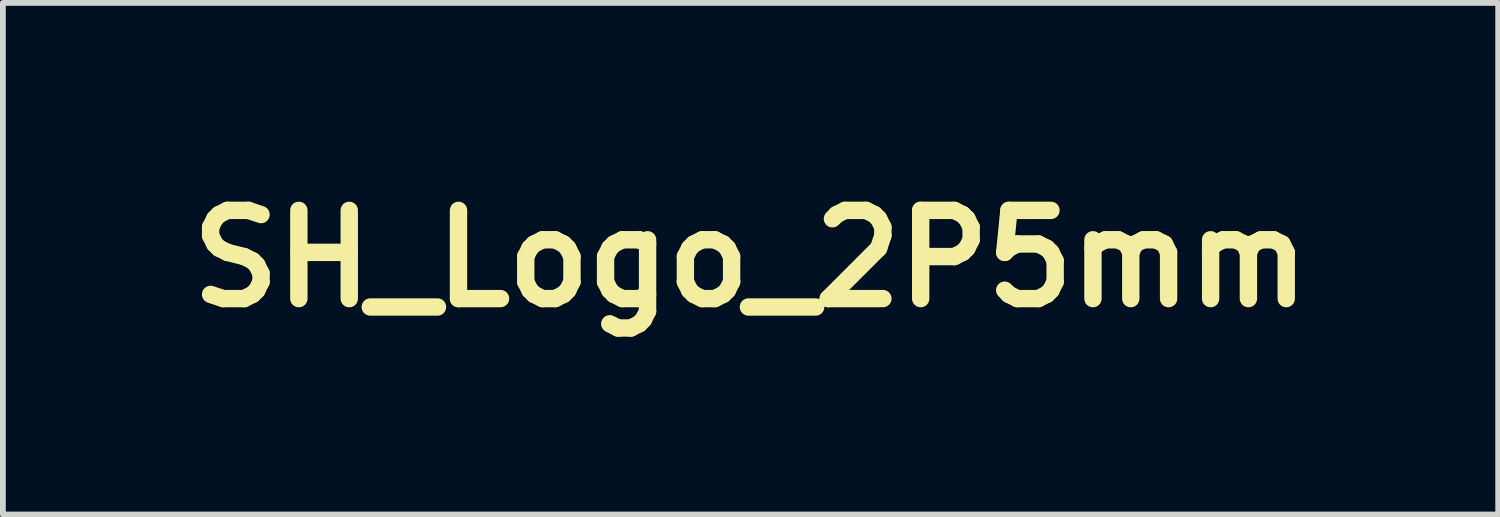
<source format=kicad_pcb>
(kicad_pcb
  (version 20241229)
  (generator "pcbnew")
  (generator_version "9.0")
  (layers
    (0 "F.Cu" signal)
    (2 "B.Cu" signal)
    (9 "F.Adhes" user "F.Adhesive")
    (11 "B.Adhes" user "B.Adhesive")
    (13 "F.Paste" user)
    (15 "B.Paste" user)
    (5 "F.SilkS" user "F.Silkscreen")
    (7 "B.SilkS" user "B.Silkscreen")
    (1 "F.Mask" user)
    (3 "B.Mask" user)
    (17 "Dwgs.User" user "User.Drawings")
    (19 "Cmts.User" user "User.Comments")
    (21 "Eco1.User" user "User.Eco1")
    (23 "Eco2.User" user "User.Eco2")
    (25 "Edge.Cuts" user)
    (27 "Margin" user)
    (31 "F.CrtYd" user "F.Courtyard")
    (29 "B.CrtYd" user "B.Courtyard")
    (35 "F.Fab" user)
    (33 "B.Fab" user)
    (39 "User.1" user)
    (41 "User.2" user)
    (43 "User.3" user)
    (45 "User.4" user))
  (footprint "SH_Logo_2P5mm"
    (layer "F.Cu")
    (at 9.913 1.418)
    (property "Reference" "SH_Logo_2P5mm" (at 0 0 0) (layer "F.SilkS") (effects (font (size 1.524 1.524) (thickness 0.3))))
    (attr through_hole)
    (fp_poly (pts (xy -0.281 -0.687) (xy -0.276 -0.687) (xy -0.246 -0.685) (xy -0.215 -0.668) (xy -0.196 -0.658) (xy -0.181 -0.649) (xy -0.169 -0.641) (xy -0.16 -0.633) (xy -0.152 -0.625) (xy -0.15 -0.622) (xy -0.144 -0.614) (xy -0.14 -0.607) (xy -0.138 -0.601) (xy -0.138 -0.599) (xy -0.139 -0.599) (xy -0.144 -0.6) (xy -0.153 -0.602) (xy -0.164 -0.605) (xy -0.177 -0.608) (xy -0.19 -0.61) (xy -0.202 -0.613) (xy -0.213 -0.614) (xy -0.219 -0.615) (xy -0.271 -0.621) (xy -0.326 -0.623) (xy -0.384 -0.623) (xy -0.445 -0.618) (xy -0.508 -0.611) (xy -0.575 -0.6) (xy -0.644 -0.586) (xy -0.715 -0.568) (xy -0.789 -0.548) (xy -0.816 -0.539) (xy -0.835 -0.534) (xy -0.856 -0.527) (xy -0.876 -0.52) (xy -0.898 -0.513) (xy -0.919 -0.505) (xy -0.939 -0.498) (xy -0.959 -0.491) (xy -0.977 -0.485) (xy -0.993 -0.478) (xy -1.007 -0.473) (xy -1.018 -0.469) (xy -1.026 -0.465) (xy -1.03 -0.463) (xy -1.031 -0.462) (xy -1.028 -0.461) (xy -1.021 -0.458) (xy -1.01 -0.454) (xy -0.996 -0.45) (xy -0.979 -0.444) (xy -0.96 -0.437) (xy -0.937 -0.43) (xy -0.913 -0.422) (xy -0.887 -0.414) (xy -0.859 -0.405) (xy -0.831 -0.396) (xy -0.802 -0.386) (xy -0.796 -0.384) (xy -0.741 -0.367) (xy -0.691 -0.351) (xy -0.645 -0.335) (xy -0.602 -0.321) (xy -0.562 -0.307) (xy -0.525 -0.294) (xy -0.49 -0.281) (xy -0.458 -0.269) (xy -0.427 -0.257) (xy -0.398 -0.245) (xy -0.37 -0.232) (xy -0.343 -0.22) (xy -0.316 -0.208) (xy -0.289 -0.195) (xy -0.286 -0.193) (xy -0.225 -0.161) (xy -0.169 -0.127) (xy -0.116 -0.092) (xy -0.068 -0.056) (xy -0.044 -0.036) (xy -0.03 -0.023) (xy -0.015 -0.009) (xy 0.001 0.006) (xy 0.016 0.022) (xy 0.03 0.036) (xy 0.041 0.049) (xy 0.045 0.053) (xy 0.059 0.07) (xy 0.077 0.069) (xy 0.087 0.067) (xy 0.099 0.065) (xy 0.113 0.063) (xy 0.126 0.059) (xy 0.127 0.059) (xy 0.14 0.056) (xy 0.154 0.053) (xy 0.168 0.05) (xy 0.181 0.048) (xy 0.192 0.047) (xy 0.2 0.047) (xy 0.205 0.047) (xy 0.205 0.047) (xy 0.207 0.048) (xy 0.209 0.046) (xy 0.209 0.041) (xy 0.209 0.034) (xy 0.209 0.022) (xy 0.208 0.011) (xy 0.206 -0.009) (xy 0.204 -0.028) (xy 0.202 -0.047) (xy 0.199 -0.066) (xy 0.196 -0.086) (xy 0.192 -0.108) (xy 0.188 -0.132) (xy 0.182 -0.159) (xy 0.175 -0.188) (xy 0.169 -0.215) (xy 0.164 -0.238) (xy 0.16 -0.26) (xy 0.155 -0.28) (xy 0.151 -0.299) (xy 0.148 -0.316) (xy 0.146 -0.329) (xy 0.144 -0.339) (xy 0.143 -0.345) (xy 0.143 -0.346) (xy 0.145 -0.35) (xy 0.151 -0.353) (xy 0.161 -0.357) (xy 0.172 -0.359) (xy 0.185 -0.361) (xy 0.194 -0.362) (xy 0.211 -0.362) (xy 0.225 -0.36) (xy 0.237 -0.355) (xy 0.249 -0.347) (xy 0.258 -0.338) (xy 0.267 -0.328) (xy 0.275 -0.317) (xy 0.282 -0.304) (xy 0.289 -0.29) (xy 0.295 -0.273) (xy 0.3 -0.254) (xy 0.305 -0.232) (xy 0.31 -0.206) (xy 0.314 -0.178) (xy 0.318 -0.146) (xy 0.322 -0.109) (xy 0.324 -0.079) (xy 0.326 -0.06) (xy 0.328 -0.042) (xy 0.329 -0.025) (xy 0.331 -0.01) (xy 0.332 0.002) (xy 0.333 0.01) (xy 0.336 0.033) (xy 0.374 0.032) (xy 0.412 0.029) (xy 0.449 0.024) (xy 0.472 0.021) (xy 0.495 0.019) (xy 0.519 0.017) (xy 0.528 0.017) (xy 0.569 0.016) (xy 0.569 -0.004) (xy 0.569 -0.011) (xy 0.568 -0.019) (xy 0.567 -0.026) (xy 0.565 -0.035) (xy 0.563 -0.045) (xy 0.56 -0.057) (xy 0.556 -0.072) (xy 0.55 -0.09) (xy 0.544 -0.112) (xy 0.542 -0.119) (xy 0.534 -0.142) (xy 0.529 -0.161) (xy 0.524 -0.177) (xy 0.52 -0.191) (xy 0.517 -0.202) (xy 0.514 -0.212) (xy 0.512 -0.221) (xy 0.51 -0.23) (xy 0.508 -0.239) (xy 0.508 -0.239) (xy 0.505 -0.255) (xy 0.503 -0.271) (xy 0.503 -0.287) (xy 0.503 -0.302) (xy 0.504 -0.314) (xy 0.505 -0.322) (xy 0.512 -0.334) (xy 0.521 -0.344) (xy 0.533 -0.35) (xy 0.545 -0.352) (xy 0.559 -0.351) (xy 0.572 -0.345) (xy 0.579 -0.34) (xy 0.591 -0.33) (xy 0.602 -0.316) (xy 0.612 -0.299) (xy 0.623 -0.279) (xy 0.632 -0.255) (xy 0.642 -0.228) (xy 0.652 -0.196) (xy 0.661 -0.161) (xy 0.671 -0.121) (xy 0.68 -0.077) (xy 0.682 -0.068) (xy 0.685 -0.052) (xy 0.688 -0.039) (xy 0.691 -0.027) (xy 0.693 -0.017) (xy 0.694 -0.012) (xy 0.694 -0.01) (xy 0.695 -0.008) (xy 0.697 -0.006) (xy 0.7 -0.005) (xy 0.706 -0.005) (xy 0.715 -0.005) (xy 0.74 -0.005) (xy 0.766 -0.006) (xy 0.793 -0.009) (xy 0.822 -0.012) (xy 0.854 -0.017) (xy 0.889 -0.022) (xy 0.926 -0.029) (xy 0.968 -0.037) (xy 1.01 -0.045) (xy 1.051 -0.054) (xy 1.088 -0.061) (xy 1.12 -0.067) (xy 1.148 -0.072) (xy 1.171 -0.075) (xy 1.19 -0.078) (xy 1.192 -0.078) (xy 1.212 -0.08) (xy 1.213 -0.072) (xy 1.214 -0.064) (xy 1.213 -0.056) (xy 1.21 -0.047) (xy 1.206 -0.035) (xy 1.205 -0.032) (xy 1.201 -0.023) (xy 1.197 -0.017) (xy 1.194 -0.014) (xy 1.191 -0.013) (xy 1.185 -0.012) (xy 1.175 -0.01) (xy 1.161 -0.008) (xy 1.143 -0.006) (xy 1.123 -0.003) (xy 1.1 0.000073) (xy 1.075 0.003) (xy 1.048 0.007) (xy 1.02 0.01) (xy 0.991 0.014) (xy 0.961 0.018) (xy 0.931 0.021) (xy 0.901 0.025) (xy 0.872 0.028) (xy 0.845 0.032) (xy 0.818 0.035) (xy 0.794 0.038) (xy 0.772 0.04) (xy 0.757 0.042) (xy 0.744 0.043) (xy 0.731 0.045) (xy 0.722 0.046) (xy 0.715 0.047) (xy 0.712 0.047) (xy 0.712 0.047) (xy 0.712 0.049) (xy 0.714 0.055) (xy 0.717 0.064) (xy 0.721 0.076) (xy 0.725 0.089) (xy 0.726 0.093) (xy 0.732 0.111) (xy 0.738 0.131) (xy 0.744 0.151) (xy 0.749 0.172) (xy 0.755 0.196) (xy 0.762 0.222) (xy 0.769 0.251) (xy 0.776 0.285) (xy 0.777 0.289) (xy 0.784 0.321) (xy 0.791 0.349) (xy 0.797 0.374) (xy 0.802 0.396) (xy 0.807 0.416) (xy 0.812 0.434) (xy 0.816 0.45) (xy 0.821 0.466) (xy 0.821 0.466) (xy 0.826 0.482) (xy 0.83 0.495) (xy 0.835 0.507) (xy 0.84 0.519) (xy 0.847 0.531) (xy 0.855 0.546) (xy 0.859 0.553) (xy 0.87 0.573) (xy 0.877 0.59) (xy 0.882 0.606) (xy 0.884 0.62) (xy 0.883 0.634) (xy 0.882 0.641) (xy 0.879 0.651) (xy 0.875 0.658) (xy 0.869 0.661) (xy 0.861 0.663) (xy 0.857 0.663) (xy 0.848 0.662) (xy 0.838 0.66) (xy 0.834 0.659) (xy 0.827 0.655) (xy 0.819 0.65) (xy 0.815 0.647) (xy 0.811 0.643) (xy 0.808 0.64) (xy 0.804 0.636) (xy 0.801 0.632) (xy 0.798 0.627) (xy 0.794 0.62) (xy 0.79 0.611) (xy 0.785 0.601) (xy 0.78 0.588) (xy 0.773 0.572) (xy 0.765 0.553) (xy 0.756 0.531) (xy 0.745 0.505) (xy 0.74 0.492) (xy 0.731 0.471) (xy 0.722 0.448) (xy 0.713 0.423) (xy 0.703 0.396) (xy 0.692 0.367) (xy 0.681 0.335) (xy 0.668 0.299) (xy 0.655 0.261) (xy 0.643 0.227) (xy 0.631 0.195) (xy 0.621 0.165) (xy 0.612 0.139) (xy 0.603 0.115) (xy 0.596 0.096) (xy 0.591 0.08) (xy 0.589 0.075) (xy 0.584 0.062) (xy 0.572 0.063) (xy 0.567 0.064) (xy 0.557 0.065) (xy 0.545 0.066) (xy 0.53 0.068) (xy 0.513 0.07) (xy 0.495 0.072) (xy 0.488 0.073) (xy 0.468 0.075) (xy 0.448 0.077) (xy 0.428 0.08) (xy 0.41 0.082) (xy 0.394 0.084) (xy 0.382 0.086) (xy 0.38 0.086) (xy 0.344 0.091) (xy 0.344 0.104) (xy 0.344 0.111) (xy 0.346 0.121) (xy 0.347 0.134) (xy 0.349 0.148) (xy 0.351 0.159) (xy 0.355 0.179) (xy 0.357 0.197) (xy 0.358 0.213) (xy 0.359 0.23) (xy 0.359 0.232) (xy 0.359 0.244) (xy 0.36 0.255) (xy 0.36 0.263) (xy 0.361 0.267) (xy 0.361 0.268) (xy 0.364 0.27) (xy 0.369 0.274) (xy 0.377 0.28) (xy 0.387 0.286) (xy 0.389 0.288) (xy 0.406 0.3) (xy 0.419 0.311) (xy 0.428 0.323) (xy 0.433 0.335) (xy 0.436 0.348) (xy 0.435 0.362) (xy 0.434 0.367) (xy 0.43 0.379) (xy 0.422 0.39) (xy 0.41 0.399) (xy 0.404 0.402) (xy 0.393 0.406) (xy 0.378 0.408) (xy 0.362 0.408) (xy 0.345 0.407) (xy 0.332 0.405) (xy 0.323 0.404) (xy 0.312 0.401) (xy 0.3 0.398) (xy 0.288 0.394) (xy 0.277 0.391) (xy 0.267 0.388) (xy 0.26 0.385) (xy 0.256 0.384) (xy 0.256 0.383) (xy 0.254 0.38) (xy 0.252 0.373) (xy 0.25 0.363) (xy 0.247 0.35) (xy 0.244 0.334) (xy 0.241 0.318) (xy 0.238 0.3) (xy 0.235 0.282) (xy 0.233 0.268) (xy 0.232 0.256) (xy 0.23 0.241) (xy 0.228 0.225) (xy 0.226 0.207) (xy 0.224 0.189) (xy 0.222 0.172) (xy 0.22 0.155) (xy 0.219 0.141) (xy 0.218 0.129) (xy 0.217 0.12) (xy 0.217 0.116) (xy 0.216 0.115) (xy 0.212 0.115) (xy 0.204 0.116) (xy 0.201 0.117) (xy 0.195 0.118) (xy 0.186 0.121) (xy 0.175 0.123) (xy 0.162 0.127) (xy 0.149 0.13) (xy 0.135 0.134) (xy 0.123 0.137) (xy 0.112 0.14) (xy 0.104 0.142) (xy 0.099 0.144) (xy 0.097 0.144) (xy 0.098 0.147) (xy 0.1 0.152) (xy 0.101 0.154) (xy 0.109 0.172) (xy 0.114 0.193) (xy 0.118 0.217) (xy 0.12 0.241) (xy 0.12 0.265) (xy 0.117 0.288) (xy 0.117 0.288) (xy 0.108 0.325) (xy 0.095 0.361) (xy 0.078 0.396) (xy 0.058 0.429) (xy 0.034 0.461) (xy 0.007 0.49) (xy -0.022 0.517) (xy -0.051 0.538) (xy -0.084 0.558) (xy -0.119 0.575) (xy -0.155 0.59) (xy -0.193 0.602) (xy -0.234 0.612) (xy -0.279 0.62) (xy -0.284 0.62) (xy -0.3 0.622) (xy -0.319 0.623) (xy -0.341 0.624) (xy -0.365 0.625) (xy -0.389 0.625) (xy -0.413 0.624) (xy -0.436 0.623) (xy -0.457 0.622) (xy -0.473 0.62) (xy -0.503 0.616) (xy -0.533 0.611) (xy -0.564 0.605) (xy -0.593 0.599) (xy -0.62 0.592) (xy -0.644 0.586) (xy -0.653 0.583) (xy -0.68 0.572) (xy -0.706 0.561) (xy -0.73 0.547) (xy -0.753 0.533) (xy -0.772 0.518) (xy -0.789 0.503) (xy -0.801 0.488) (xy -0.803 0.485) (xy -0.811 0.469) (xy -0.816 0.452) (xy -0.816 0.442) (xy -0.69 0.442) (xy -0.69 0.457) (xy -0.686 0.47) (xy -0.677 0.483) (xy -0.664 0.495) (xy -0.648 0.508) (xy -0.627 0.519) (xy -0.603 0.53) (xy -0.577 0.541) (xy -0.547 0.55) (xy -0.515 0.558) (xy -0.492 0.562) (xy -0.462 0.567) (xy -0.435 0.571) (xy -0.41 0.572) (xy -0.387 0.572) (xy -0.367 0.57) (xy -0.328 0.564) (xy -0.29 0.555) (xy -0.253 0.543) (xy -0.216 0.527) (xy -0.182 0.509) (xy -0.149 0.488) (xy -0.119 0.465) (xy -0.091 0.44) (xy -0.067 0.413) (xy -0.046 0.385) (xy -0.028 0.356) (xy -0.015 0.326) (xy -0.015 0.326) (xy -0.008 0.302) (xy -0.004 0.279) (xy -0.002 0.256) (xy -0.002 0.252) (xy -0.004 0.223) (xy -0.009 0.196) (xy -0.018 0.171) (xy -0.022 0.16) (xy -0.026 0.153) (xy -0.028 0.149) (xy -0.031 0.147) (xy -0.033 0.148) (xy -0.036 0.149) (xy -0.041 0.15) (xy -0.049 0.153) (xy -0.061 0.156) (xy -0.076 0.16) (xy -0.094 0.164) (xy -0.115 0.169) (xy -0.137 0.175) (xy -0.161 0.18) (xy -0.186 0.186) (xy -0.195 0.188) (xy -0.239 0.198) (xy -0.279 0.209) (xy -0.316 0.219) (xy -0.352 0.229) (xy -0.385 0.241) (xy -0.419 0.253) (xy -0.453 0.266) (xy -0.488 0.281) (xy -0.505 0.289) (xy -0.541 0.306) (xy -0.574 0.322) (xy -0.602 0.338) (xy -0.626 0.354) (xy -0.646 0.37) (xy -0.662 0.385) (xy -0.674 0.4) (xy -0.681 0.411) (xy -0.687 0.427) (xy -0.69 0.442) (xy -0.816 0.442) (xy -0.816 0.435) (xy -0.815 0.432) (xy -0.81 0.412) (xy -0.802 0.391) (xy -0.789 0.368) (xy -0.774 0.346) (xy -0.762 0.331) (xy -0.745 0.313) (xy -0.724 0.295) (xy -0.699 0.278) (xy -0.67 0.261) (xy -0.638 0.244) (xy -0.603 0.228) (xy -0.565 0.214) (xy -0.525 0.2) (xy -0.503 0.193) (xy -0.486 0.188) (xy -0.47 0.184) (xy -0.453 0.179) (xy -0.437 0.175) (xy -0.419 0.17) (xy -0.4 0.166) (xy -0.379 0.161) (xy -0.356 0.156) (xy -0.33 0.151) (xy -0.301 0.144) (xy -0.268 0.137) (xy -0.25 0.134) (xy -0.219 0.127) (xy -0.19 0.121) (xy -0.163 0.116) (xy -0.139 0.11) (xy -0.117 0.106) (xy -0.099 0.102) (xy -0.084 0.098) (xy -0.073 0.095) (xy -0.066 0.094) (xy -0.063 0.093) (xy -0.063 0.09) (xy -0.066 0.085) (xy -0.072 0.077) (xy -0.081 0.068) (xy -0.091 0.056) (xy -0.103 0.043) (xy -0.117 0.029) (xy -0.126 0.021) (xy -0.168 -0.017) (xy -0.215 -0.054) (xy -0.265 -0.09) (xy -0.319 -0.123) (xy -0.377 -0.155) (xy -0.438 -0.185) (xy -0.502 -0.213) (xy -0.568 -0.239) (xy -0.605 -0.252) (xy -0.625 -0.259) (xy -0.644 -0.265) (xy -0.662 -0.27) (xy -0.681 -0.276) (xy -0.7 -0.281) (xy -0.722 -0.287) (xy -0.745 -0.293) (xy -0.771 -0.3) (xy -0.801 -0.308) (xy -0.813 -0.31) (xy -0.842 -0.318) (xy -0.867 -0.324) (xy -0.889 -0.329) (xy -0.908 -0.334) (xy -0.925 -0.339) (xy -0.941 -0.343) (xy -0.956 -0.348) (xy -0.971 -0.352) (xy -0.987 -0.357) (xy -1.004 -0.363) (xy -1.01 -0.365) (xy -1.028 -0.37) (xy -1.046 -0.376) (xy -1.065 -0.382) (xy -1.083 -0.387) (xy -1.097 -0.391) (xy -1.124 -0.4) (xy -1.147 -0.408) (xy -1.167 -0.416) (xy -1.182 -0.424) (xy -1.194 -0.432) (xy -1.203 -0.441) (xy -1.209 -0.451) (xy -1.212 -0.461) (xy -1.213 -0.471) (xy -1.212 -0.48) (xy -1.207 -0.488) (xy -1.198 -0.496) (xy -1.186 -0.504) (xy -1.17 -0.512) (xy -1.159 -0.517) (xy -1.147 -0.522) (xy -1.134 -0.527) (xy -1.12 -0.533) (xy -1.103 -0.538) (xy -1.084 -0.544) (xy -1.063 -0.551) (xy -1.039 -0.558) (xy -1.012 -0.565) (xy -0.981 -0.574) (xy -0.946 -0.583) (xy -0.907 -0.593) (xy -0.904 -0.594) (xy -0.854 -0.607) (xy -0.808 -0.619) (xy -0.765 -0.63) (xy -0.725 -0.639) (xy -0.688 -0.647) (xy -0.653 -0.654) (xy -0.619 -0.66) (xy -0.586 -0.666) (xy -0.553 -0.67) (xy -0.521 -0.674) (xy -0.488 -0.678) (xy -0.469 -0.68) (xy -0.45 -0.681) (xy -0.429 -0.683) (xy -0.406 -0.684) (xy -0.383 -0.685) (xy -0.359 -0.686) (xy -0.336 -0.687) (xy -0.315 -0.687) (xy -0.296 -0.687) (xy -0.281 -0.687)) (stroke (width 0.01) (type solid)) (fill yes) (layer "F.Mask")))
  (gr_rect
    (start -3 -3)
    (end 22.827 5.836)
    (stroke (width 0.1) (type default))
    (fill no)
    (layer "Edge.Cuts")))
</source>
